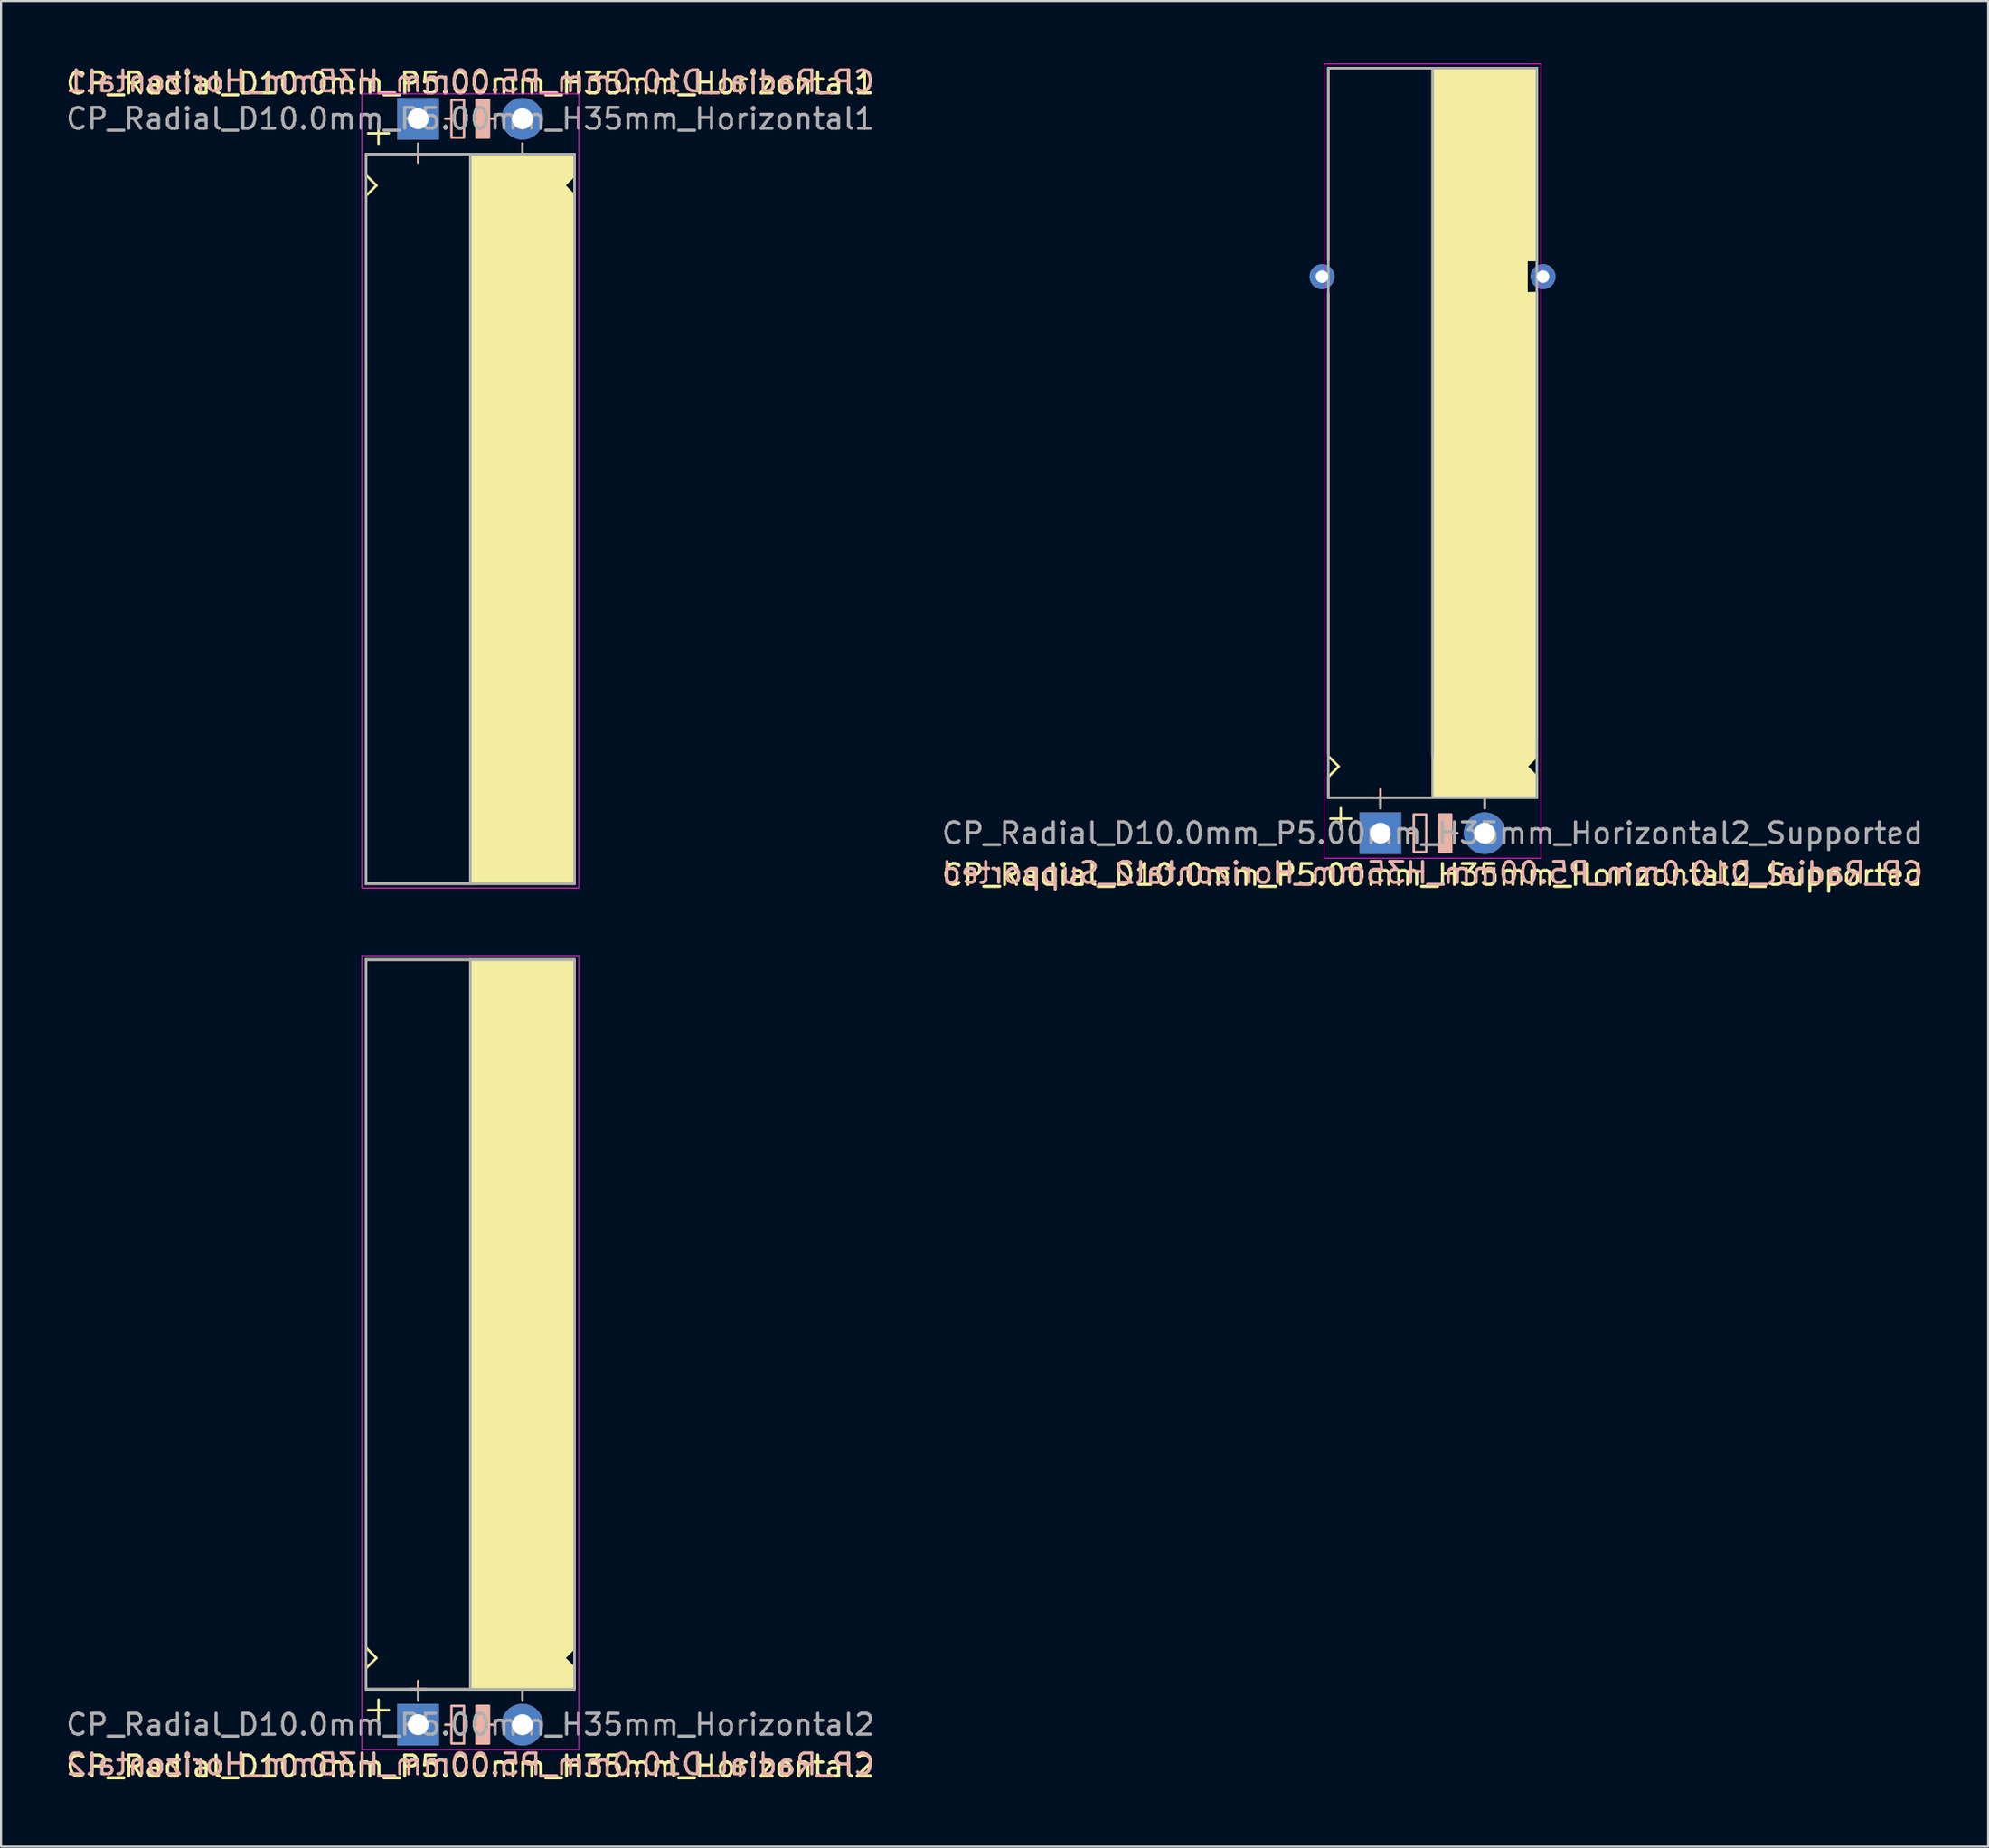
<source format=kicad_pcb>
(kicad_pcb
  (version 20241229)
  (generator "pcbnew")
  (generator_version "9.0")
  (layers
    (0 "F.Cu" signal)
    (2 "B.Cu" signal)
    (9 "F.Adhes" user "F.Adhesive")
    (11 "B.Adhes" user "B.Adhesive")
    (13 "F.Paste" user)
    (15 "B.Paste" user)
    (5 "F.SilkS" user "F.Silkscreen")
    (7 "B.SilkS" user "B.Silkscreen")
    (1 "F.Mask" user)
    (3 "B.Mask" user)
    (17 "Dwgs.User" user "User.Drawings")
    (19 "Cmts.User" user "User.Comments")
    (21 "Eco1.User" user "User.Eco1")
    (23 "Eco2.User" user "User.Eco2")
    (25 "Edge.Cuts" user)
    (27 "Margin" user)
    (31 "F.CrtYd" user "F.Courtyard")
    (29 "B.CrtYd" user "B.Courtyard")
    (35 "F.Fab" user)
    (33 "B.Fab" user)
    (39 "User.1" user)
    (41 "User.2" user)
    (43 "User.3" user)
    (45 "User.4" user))
  (footprint "CP_Radial_D10.0mm_P5.00mm_H35mm_Horizontal2_Supported"
    (layer "F.Cu")
    (at 63.161 36.92)
    (property "Reference" "CP_Radial_D10.0mm_P5.00mm_H35mm_Horizontal2_Supported" (at 2.5 2 0) (layer "F.SilkS") (effects (font (size 1 1) (thickness 0.15))))
    (fp_line (start -2.5 -36.7) (end 7.5 -36.7) (stroke (width 0.12) (type solid)) (layer "F.SilkS"))
    (fp_line (start -2.5 -27.5) (end -2.5 -36.7) (stroke (width 0.12) (type solid)) (layer "F.SilkS"))
    (fp_line (start -2.5 -3.8) (end -2.5 -25.9) (stroke (width 0.12) (type solid)) (layer "F.SilkS"))
    (fp_line (start -2.5 -2.7) (end -2 -3.2) (stroke (width 0.12) (type solid)) (layer "F.SilkS"))
    (fp_line (start -2.5 -1.7) (end -2.5 -2.7) (stroke (width 0.12) (type solid)) (layer "F.SilkS"))
    (fp_line (start -2 -3.2) (end -2.5 -3.7) (stroke (width 0.12) (type solid)) (layer "F.SilkS"))
    (fp_line (start -1.9 -1.2) (end -1.9 -0.2) (stroke (width 0.12) (type solid)) (layer "F.SilkS"))
    (fp_line (start -1.4 -0.7) (end -2.4 -0.7) (stroke (width 0.12) (type solid)) (layer "F.SilkS"))
    (fp_line (start 0 -1.7) (end 0 -1.2) (stroke (width 0.12) (type solid)) (layer "F.SilkS"))
    (fp_line (start 2.5 -36.7) (end 2.5 -3.7) (stroke (width 0.12) (type solid)) (layer "F.SilkS"))
    (fp_line (start 2.5 -1.7) (end -2.5 -1.7) (stroke (width 0.12) (type solid)) (layer "F.SilkS"))
    (fp_line (start 5 -1.7) (end 5 -1.2) (stroke (width 0.12) (type solid)) (layer "F.SilkS"))
    (fp_line (start 7 -27.5) (end 7 -26.9) (stroke (width 0.12) (type solid)) (layer "F.SilkS"))
    (fp_line (start 7 -26.9) (end 7 -25.9) (stroke (width 0.12) (type solid)) (layer "F.SilkS"))
    (fp_line (start 7 -25.9) (end 7.5 -25.9) (stroke (width 0.12) (type solid)) (layer "F.SilkS"))
    (fp_line (start 7 -3.2) (end 7.5 -3.7) (stroke (width 0.12) (type solid)) (layer "F.SilkS"))
    (fp_line (start 7.5 -27.5) (end 7 -27.5) (stroke (width 0.12) (type solid)) (layer "F.SilkS"))
    (fp_line (start 7.5 -27.5) (end 7.5 -36.7) (stroke (width 0.12) (type solid)) (layer "F.SilkS"))
    (fp_line (start 7.5 -4.7) (end 7.5 -25.9) (stroke (width 0.12) (type solid)) (layer "F.SilkS"))
    (fp_line (start 7.5 -2.7) (end 7 -3.2) (stroke (width 0.12) (type solid)) (layer "F.SilkS"))
    (fp_line (start 7.5 -1.7) (end 2.5 -1.7) (stroke (width 0.12) (type solid)) (layer "F.SilkS"))
    (fp_line (start 7.5 -1.7) (end 7.5 -2.7) (stroke (width 0.12) (type solid)) (layer "F.SilkS"))
    (fp_poly (pts (xy 7.5 -2.7) (xy 7 -3.2) (xy 7.5 -3.7) (xy 7.5 -25.9) (xy 7 -25.9) (xy 7 -27.5) (xy 7.5 -27.5) (xy 7.5 -36.7) (xy 2.5 -36.7) (xy 2.5 -1.7) (xy 7.5 -1.7)) (stroke (width 0.1) (type solid)) (fill yes) (layer "F.SilkS"))
    (fp_line (start 0 -2.1) (end 0 -1.3) (stroke (width 0.12) (type solid)) (layer "B.SilkS"))
    (fp_line (start 0.4 -1.7) (end -0.4 -1.7) (stroke (width 0.12) (type solid)) (layer "B.SilkS"))
    (fp_line (start 1.6 0) (end 1.3 0) (stroke (width 0.12) (type solid)) (layer "B.SilkS"))
    (fp_line (start 3.7 0) (end 3.4 0) (stroke (width 0.12) (type solid)) (layer "B.SilkS"))
    (fp_rect (start 2.2 -0.9) (end 1.6 0.9) (stroke (width 0.12) (type solid)) (fill no) (layer "B.SilkS"))
    (fp_rect (start 3.4 -0.9) (end 2.8 0.9) (stroke (width 0.12) (type solid)) (fill yes) (layer "B.SilkS"))
    (fp_line (start -2.7 -36.9) (end -2.7 1.2) (stroke (width 0.04) (type solid)) (layer "F.CrtYd"))
    (fp_line (start -2.7 1.2) (end 5.3 1.2) (stroke (width 0.04) (type solid)) (layer "F.CrtYd"))
    (fp_line (start 5.3 1.2) (end 7.7 1.2) (stroke (width 0.04) (type solid)) (layer "F.CrtYd"))
    (fp_line (start 7.7 -36.9) (end -2.7 -36.9) (stroke (width 0.04) (type solid)) (layer "F.CrtYd"))
    (fp_line (start 7.7 1.2) (end 7.7 -36.9) (stroke (width 0.04) (type solid)) (layer "F.CrtYd"))
    (fp_line (start -2.5 -36.7) (end 7.5 -36.7) (stroke (width 0.12) (type solid)) (layer "F.Fab"))
    (fp_line (start -2.5 -1.7) (end -2.5 -36.7) (stroke (width 0.12) (type solid)) (layer "F.Fab"))
    (fp_line (start 0 -1.7) (end 0 -1.2) (stroke (width 0.12) (type solid)) (layer "F.Fab"))
    (fp_line (start 2.5 -3.7) (end 2.5 -36.7) (stroke (width 0.12) (type solid)) (layer "F.Fab"))
    (fp_line (start 5 -1.7) (end 5 -1.2) (stroke (width 0.12) (type solid)) (layer "F.Fab"))
    (fp_line (start 7.5 -36.7) (end 7.5 -1.7) (stroke (width 0.12) (type solid)) (layer "F.Fab"))
    (fp_line (start 7.5 -1.7) (end -2.5 -1.7) (stroke (width 0.12) (type solid)) (layer "F.Fab"))
    (fp_poly (pts (xy 7.5 -36.7) (xy 2.5 -36.7) (xy 2.5 -1.7) (xy 7.5 -1.7)) (stroke (width 0.1) (type solid)) (fill no) (layer "F.Fab"))
    (fp_text user "${REFERENCE}" (at 2.5 1.9 0) (layer "B.SilkS") (effects (font (size 1 1) (thickness 0.15)) (justify mirror)))
    (fp_text user "${REFERENCE}" (at 2.5 0 0) (layer "F.Fab") (effects (font (size 1 1) (thickness 0.15))))
    (pad "1" thru_hole rect (at 0 0) (size 2 2) (drill 1) (layers "*.Cu" "*.Mask"))
    (pad "2" thru_hole circle (at 5 0) (size 2 2) (drill 1) (layers "*.Cu" "*.Mask"))
    (pad "~" thru_hole circle (at -2.8 -26.7 180) (size 1.2 1.2) (drill 0.6) (layers "*.Cu" "*.Mask"))
    (pad "~" thru_hole circle (at 7.8 -26.7 180) (size 1.2 1.2) (drill 0.6) (layers "*.Cu" "*.Mask")))
  (footprint "CP_Radial_D10.0mm_P5.00mm_H35mm_Horizontal1"
    (layer "F.Cu")
    (at 17.006 2.648)
    (property "Reference" "CP_Radial_D10.0mm_P5.00mm_H35mm_Horizontal1" (at 2.5 -1.7 0) (layer "F.SilkS") (effects (font (size 1 1) (thickness 0.15))))
    (fp_line (start -2.5 1.7) (end -2.5 2.7) (stroke (width 0.12) (type solid)) (layer "F.SilkS"))
    (fp_line (start -2.5 2.7) (end -2 3.2) (stroke (width 0.12) (type solid)) (layer "F.SilkS"))
    (fp_line (start -2.5 3.7) (end -2.5 11.7) (stroke (width 0.12) (type solid)) (layer "F.SilkS"))
    (fp_line (start -2.5 11.7) (end -2.5 36.7) (stroke (width 0.12) (type solid)) (layer "F.SilkS"))
    (fp_line (start -2.5 36.7) (end 7.5 36.7) (stroke (width 0.12) (type solid)) (layer "F.SilkS"))
    (fp_line (start -2 3.2) (end -2.5 3.7) (stroke (width 0.12) (type solid)) (layer "F.SilkS"))
    (fp_line (start -1.9 0.2) (end -1.9 1.2) (stroke (width 0.12) (type solid)) (layer "F.SilkS"))
    (fp_line (start -1.4 0.7) (end -2.4 0.7) (stroke (width 0.12) (type solid)) (layer "F.SilkS"))
    (fp_line (start 0 1.7) (end 0 1.2) (stroke (width 0.12) (type solid)) (layer "F.SilkS"))
    (fp_line (start 2.5 1.7) (end -2.5 1.7) (stroke (width 0.12) (type solid)) (layer "F.SilkS"))
    (fp_line (start 2.5 36.7) (end 2.5 1.7) (stroke (width 0.12) (type solid)) (layer "F.SilkS"))
    (fp_line (start 5 1.7) (end 5 1.2) (stroke (width 0.12) (type solid)) (layer "F.SilkS"))
    (fp_line (start 7 3.2) (end 7.5 3.7) (stroke (width 0.12) (type solid)) (layer "F.SilkS"))
    (fp_line (start 7.5 1.7) (end 2.5 1.7) (stroke (width 0.12) (type solid)) (layer "F.SilkS"))
    (fp_line (start 7.5 1.7) (end 7.5 2.7) (stroke (width 0.12) (type solid)) (layer "F.SilkS"))
    (fp_line (start 7.5 2.7) (end 7 3.2) (stroke (width 0.12) (type solid)) (layer "F.SilkS"))
    (fp_line (start 7.5 3.7) (end 7.5 11.7) (stroke (width 0.12) (type solid)) (layer "F.SilkS"))
    (fp_line (start 7.5 11.7) (end 7.5 36.7) (stroke (width 0.12) (type solid)) (layer "F.SilkS"))
    (fp_poly (pts (xy 7.5 2.7) (xy 7 3.2) (xy 7.5 3.7) (xy 7.5 36.7) (xy 2.5 36.7) (xy 2.5 1.7) (xy 7.5 1.7)) (stroke (width 0.1) (type solid)) (fill yes) (layer "F.SilkS"))
    (fp_line (start 0 1.3) (end 0 2.1) (stroke (width 0.12) (type solid)) (layer "B.SilkS"))
    (fp_line (start 0.4 1.7) (end -0.4 1.7) (stroke (width 0.12) (type solid)) (layer "B.SilkS"))
    (fp_line (start 1.6 0) (end 1.3 0) (stroke (width 0.12) (type solid)) (layer "B.SilkS"))
    (fp_line (start 3.7 0) (end 3.4 0) (stroke (width 0.12) (type solid)) (layer "B.SilkS"))
    (fp_rect (start 2.2 -0.9) (end 1.6 0.9) (stroke (width 0.12) (type solid)) (fill no) (layer "B.SilkS"))
    (fp_rect (start 3.4 -0.9) (end 2.8 0.9) (stroke (width 0.12) (type solid)) (fill yes) (layer "B.SilkS"))
    (fp_line (start -2.7 -1.2) (end 5.3 -1.2) (stroke (width 0.04) (type solid)) (layer "F.CrtYd"))
    (fp_line (start -2.7 36.9) (end -2.7 -1.2) (stroke (width 0.04) (type solid)) (layer "F.CrtYd"))
    (fp_line (start 5.3 -1.2) (end 7.7 -1.2) (stroke (width 0.04) (type solid)) (layer "F.CrtYd"))
    (fp_line (start 7.7 -1.2) (end 7.7 36.9) (stroke (width 0.04) (type solid)) (layer "F.CrtYd"))
    (fp_line (start 7.7 36.9) (end -2.7 36.9) (stroke (width 0.04) (type solid)) (layer "F.CrtYd"))
    (fp_line (start -2.5 1.7) (end -2.5 36.7) (stroke (width 0.12) (type solid)) (layer "F.Fab"))
    (fp_line (start -2.5 36.7) (end 7.5 36.7) (stroke (width 0.12) (type solid)) (layer "F.Fab"))
    (fp_line (start 0 1.7) (end 0 1.2) (stroke (width 0.12) (type solid)) (layer "F.Fab"))
    (fp_line (start 2.5 1.7) (end 2.5 36.7) (stroke (width 0.12) (type solid)) (layer "F.Fab"))
    (fp_line (start 5 1.7) (end 5 1.2) (stroke (width 0.12) (type solid)) (layer "F.Fab"))
    (fp_line (start 7.5 1.7) (end -2.5 1.7) (stroke (width 0.12) (type solid)) (layer "F.Fab"))
    (fp_line (start 7.5 36.7) (end 7.5 1.7) (stroke (width 0.12) (type solid)) (layer "F.Fab"))
    (fp_poly (pts (xy 7.5 36.7) (xy 2.5 36.7) (xy 2.5 1.7) (xy 7.5 1.7)) (stroke (width 0.1) (type solid)) (fill no) (layer "F.Fab"))
    (fp_text user "${REFERENCE}" (at 2.5 -1.8 0) (layer "B.SilkS") (effects (font (size 1 1) (thickness 0.15)) (justify mirror)))
    (fp_text user "${REFERENCE}" (at 2.5 0 0) (layer "F.Fab") (effects (font (size 1 1) (thickness 0.15))))
    (pad "1" thru_hole rect (at 0 0) (size 2 2) (drill 1) (layers "*.Cu" "*.Mask"))
    (pad "2" thru_hole circle (at 5 0) (size 2 2) (drill 1) (layers "*.Cu" "*.Mask")))
  (footprint "CP_Radial_D10.0mm_P5.00mm_H35mm_Horizontal2"
    (layer "F.Cu")
    (at 17.006 79.688)
    (property "Reference" "CP_Radial_D10.0mm_P5.00mm_H35mm_Horizontal2" (at 2.5 2 0) (layer "F.SilkS") (effects (font (size 1 1) (thickness 0.15))))
    (fp_line (start -2.5 -36.7) (end 7.5 -36.7) (stroke (width 0.12) (type solid)) (layer "F.SilkS"))
    (fp_line (start -2.5 -11.7) (end -2.5 -36.7) (stroke (width 0.12) (type solid)) (layer "F.SilkS"))
    (fp_line (start -2.5 -3.7) (end -2.5 -11.7) (stroke (width 0.12) (type solid)) (layer "F.SilkS"))
    (fp_line (start -2.5 -2.7) (end -2 -3.2) (stroke (width 0.12) (type solid)) (layer "F.SilkS"))
    (fp_line (start -2.5 -1.7) (end -2.5 -2.7) (stroke (width 0.12) (type solid)) (layer "F.SilkS"))
    (fp_line (start -2 -3.2) (end -2.5 -3.7) (stroke (width 0.12) (type solid)) (layer "F.SilkS"))
    (fp_line (start -1.9 -1.2) (end -1.9 -0.2) (stroke (width 0.12) (type solid)) (layer "F.SilkS"))
    (fp_line (start -1.4 -0.7) (end -2.4 -0.7) (stroke (width 0.12) (type solid)) (layer "F.SilkS"))
    (fp_line (start 0 -1.7) (end 0 -1.2) (stroke (width 0.12) (type solid)) (layer "F.SilkS"))
    (fp_line (start 2.5 -36.7) (end 2.5 -1.7) (stroke (width 0.12) (type solid)) (layer "F.SilkS"))
    (fp_line (start 2.5 -1.7) (end -2.5 -1.7) (stroke (width 0.12) (type solid)) (layer "F.SilkS"))
    (fp_line (start 5 -1.7) (end 5 -1.2) (stroke (width 0.12) (type solid)) (layer "F.SilkS"))
    (fp_line (start 7 -3.2) (end 7.5 -3.7) (stroke (width 0.12) (type solid)) (layer "F.SilkS"))
    (fp_line (start 7.5 -11.7) (end 7.5 -36.7) (stroke (width 0.12) (type solid)) (layer "F.SilkS"))
    (fp_line (start 7.5 -3.7) (end 7.5 -11.7) (stroke (width 0.12) (type solid)) (layer "F.SilkS"))
    (fp_line (start 7.5 -2.7) (end 7 -3.2) (stroke (width 0.12) (type solid)) (layer "F.SilkS"))
    (fp_line (start 7.5 -1.7) (end 2.5 -1.7) (stroke (width 0.12) (type solid)) (layer "F.SilkS"))
    (fp_line (start 7.5 -1.7) (end 7.5 -2.7) (stroke (width 0.12) (type solid)) (layer "F.SilkS"))
    (fp_poly (pts (xy 7.5 -2.7) (xy 7 -3.2) (xy 7.5 -3.7) (xy 7.5 -36.7) (xy 2.5 -36.7) (xy 2.5 -1.7) (xy 7.5 -1.7)) (stroke (width 0.1) (type solid)) (fill yes) (layer "F.SilkS"))
    (fp_line (start 0 -2.1) (end 0 -1.3) (stroke (width 0.12) (type solid)) (layer "B.SilkS"))
    (fp_line (start 0.4 -1.7) (end -0.4 -1.7) (stroke (width 0.12) (type solid)) (layer "B.SilkS"))
    (fp_line (start 1.6 0) (end 1.3 0) (stroke (width 0.12) (type solid)) (layer "B.SilkS"))
    (fp_line (start 3.7 0) (end 3.4 0) (stroke (width 0.12) (type solid)) (layer "B.SilkS"))
    (fp_rect (start 2.2 -0.9) (end 1.6 0.9) (stroke (width 0.12) (type solid)) (fill no) (layer "B.SilkS"))
    (fp_rect (start 3.4 -0.9) (end 2.8 0.9) (stroke (width 0.12) (type solid)) (fill yes) (layer "B.SilkS"))
    (fp_line (start -2.7 -36.9) (end -2.7 1.2) (stroke (width 0.04) (type solid)) (layer "F.CrtYd"))
    (fp_line (start -2.7 1.2) (end 5.3 1.2) (stroke (width 0.04) (type solid)) (layer "F.CrtYd"))
    (fp_line (start 5.3 1.2) (end 7.7 1.2) (stroke (width 0.04) (type solid)) (layer "F.CrtYd"))
    (fp_line (start 7.7 -36.9) (end -2.7 -36.9) (stroke (width 0.04) (type solid)) (layer "F.CrtYd"))
    (fp_line (start 7.7 1.2) (end 7.7 -36.9) (stroke (width 0.04) (type solid)) (layer "F.CrtYd"))
    (fp_line (start -2.5 -36.7) (end 7.5 -36.7) (stroke (width 0.12) (type solid)) (layer "F.Fab"))
    (fp_line (start -2.5 -1.7) (end -2.5 -36.7) (stroke (width 0.12) (type solid)) (layer "F.Fab"))
    (fp_line (start 0 -1.7) (end 0 -1.2) (stroke (width 0.12) (type solid)) (layer "F.Fab"))
    (fp_line (start 2.5 -1.7) (end 2.5 -36.7) (stroke (width 0.12) (type solid)) (layer "F.Fab"))
    (fp_line (start 5 -1.7) (end 5 -1.2) (stroke (width 0.12) (type solid)) (layer "F.Fab"))
    (fp_line (start 7.5 -36.7) (end 7.5 -1.7) (stroke (width 0.12) (type solid)) (layer "F.Fab"))
    (fp_line (start 7.5 -1.7) (end -2.5 -1.7) (stroke (width 0.12) (type solid)) (layer "F.Fab"))
    (fp_poly (pts (xy 7.5 -36.7) (xy 2.5 -36.7) (xy 2.5 -1.7) (xy 7.5 -1.7)) (stroke (width 0.1) (type solid)) (fill no) (layer "F.Fab"))
    (fp_text user "${REFERENCE}" (at 2.5 1.9 0) (layer "B.SilkS") (effects (font (size 1 1) (thickness 0.15)) (justify mirror)))
    (fp_text user "${REFERENCE}" (at 2.5 0 0) (layer "F.Fab") (effects (font (size 1 1) (thickness 0.15))))
    (pad "1" thru_hole rect (at 0 0) (size 2 2) (drill 1) (layers "*.Cu" "*.Mask"))
    (pad "2" thru_hole circle (at 5 0) (size 2 2) (drill 1) (layers "*.Cu" "*.Mask")))
  (gr_rect
    (start -3 -3)
    (end 92.31 85.537)
    (stroke (width 0.1) (type default))
    (fill no)
    (layer "Edge.Cuts")))
</source>
